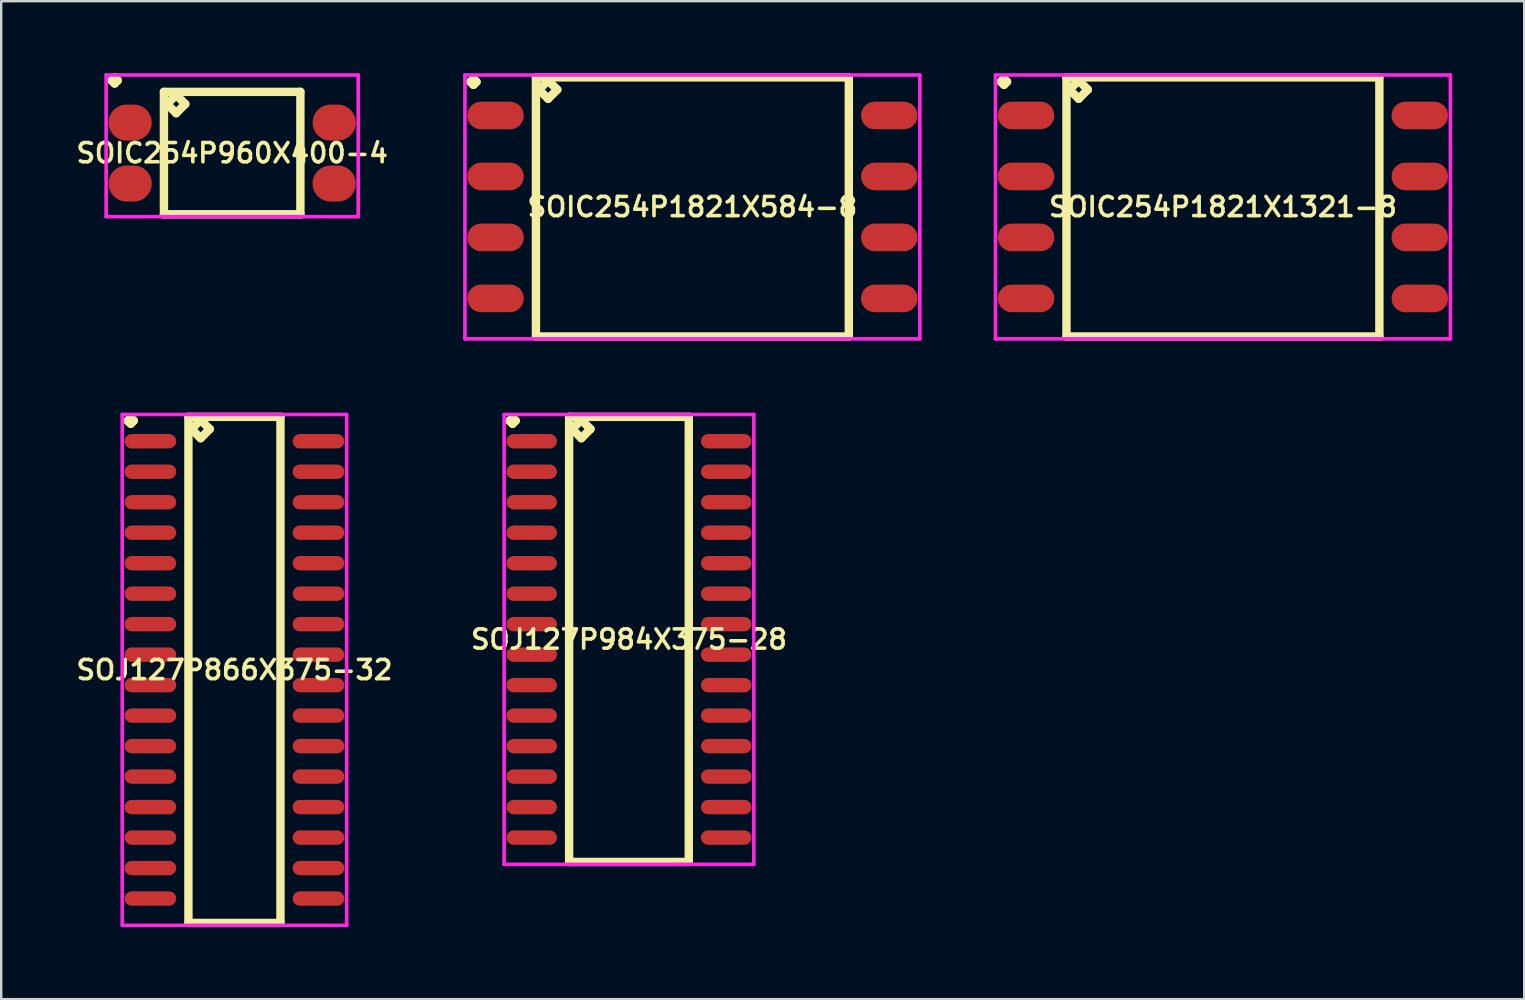
<source format=kicad_pcb>
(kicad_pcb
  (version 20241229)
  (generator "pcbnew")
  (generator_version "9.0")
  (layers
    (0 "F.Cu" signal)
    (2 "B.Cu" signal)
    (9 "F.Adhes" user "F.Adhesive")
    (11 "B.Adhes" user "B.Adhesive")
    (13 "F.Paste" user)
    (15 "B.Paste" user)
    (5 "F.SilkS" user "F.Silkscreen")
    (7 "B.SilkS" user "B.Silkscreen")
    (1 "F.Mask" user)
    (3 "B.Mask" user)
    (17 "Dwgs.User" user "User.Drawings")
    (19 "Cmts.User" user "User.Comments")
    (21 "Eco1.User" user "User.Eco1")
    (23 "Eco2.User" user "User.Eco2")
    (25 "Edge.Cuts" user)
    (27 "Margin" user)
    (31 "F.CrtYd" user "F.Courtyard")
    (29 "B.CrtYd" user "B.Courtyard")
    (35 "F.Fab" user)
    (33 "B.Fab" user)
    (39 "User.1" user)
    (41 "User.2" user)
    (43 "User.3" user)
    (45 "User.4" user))
  (footprint "SOIC254P1821X1321-8"
    (layer "F.Cu")
    (at 47.892 5.57)
    (property "Reference" "SOIC254P1821X1321-8" (at 0 0 0) (layer "F.SilkS") (effects (font (size 0.8 0.8) (thickness 0.15))))
    (attr smd)
    (fp_line (start -9.248 -5.214) (end -9.121 -5.341) (stroke (width 0.35) (type solid)) (layer "F.SilkS"))
    (fp_line (start -9.121 -5.341) (end -8.994 -5.214) (stroke (width 0.35) (type solid)) (layer "F.SilkS"))
    (fp_line (start -9.121 -5.087) (end -9.248 -5.214) (stroke (width 0.35) (type solid)) (layer "F.SilkS"))
    (fp_line (start -8.994 -5.214) (end -9.121 -5.087) (stroke (width 0.35) (type solid)) (layer "F.SilkS"))
    (fp_line (start -6.517 -5.395) (end -6.517 5.395) (stroke (width 0.35) (type solid)) (layer "F.SilkS"))
    (fp_line (start -6.517 5.395) (end 6.517 5.395) (stroke (width 0.35) (type solid)) (layer "F.SilkS"))
    (fp_line (start -6.39 -4.887) (end -6.009 -5.268) (stroke (width 0.35) (type solid)) (layer "F.SilkS"))
    (fp_line (start -6.009 -5.268) (end -5.628 -4.887) (stroke (width 0.35) (type solid)) (layer "F.SilkS"))
    (fp_line (start -6.009 -4.506) (end -6.39 -4.887) (stroke (width 0.35) (type solid)) (layer "F.SilkS"))
    (fp_line (start -5.628 -4.887) (end -6.009 -4.506) (stroke (width 0.35) (type solid)) (layer "F.SilkS"))
    (fp_line (start 6.517 -5.395) (end -6.517 -5.395) (stroke (width 0.35) (type solid)) (layer "F.SilkS"))
    (fp_line (start 6.517 5.395) (end 6.517 -5.395) (stroke (width 0.35) (type solid)) (layer "F.SilkS"))
    (fp_line (start -9.475 -5.495) (end 9.475 -5.495) (stroke (width 0.15) (type solid)) (layer "F.CrtYd"))
    (fp_line (start -9.475 5.495) (end -9.475 -5.495) (stroke (width 0.15) (type solid)) (layer "F.CrtYd"))
    (fp_line (start 9.475 -5.495) (end 9.475 5.495) (stroke (width 0.15) (type solid)) (layer "F.CrtYd"))
    (fp_line (start 9.475 5.495) (end -9.475 5.495) (stroke (width 0.15) (type solid)) (layer "F.CrtYd"))
    (pad "1" smd oval (at -8.2 -3.81) (size 2.35 1.15) (layers "F.Cu" "F.Mask" "F.Paste"))
    (pad "2" smd oval (at -8.2 -1.27) (size 2.35 1.15) (layers "F.Cu" "F.Mask" "F.Paste"))
    (pad "3" smd oval (at -8.2 1.27) (size 2.35 1.15) (layers "F.Cu" "F.Mask" "F.Paste"))
    (pad "4" smd oval (at -8.2 3.81) (size 2.35 1.15) (layers "F.Cu" "F.Mask" "F.Paste"))
    (pad "5" smd oval (at 8.2 3.81) (size 2.35 1.15) (layers "F.Cu" "F.Mask" "F.Paste"))
    (pad "6" smd oval (at 8.2 1.27) (size 2.35 1.15) (layers "F.Cu" "F.Mask" "F.Paste"))
    (pad "7" smd oval (at 8.2 -1.27) (size 2.35 1.15) (layers "F.Cu" "F.Mask" "F.Paste"))
    (pad "8" smd oval (at 8.2 -3.81) (size 2.35 1.15) (layers "F.Cu" "F.Mask" "F.Paste")))
  (footprint "SOJ127P866X375-32"
    (layer "F.Cu")
    (at 6.716 24.855)
    (property "Reference" "SOJ127P866X375-32" (at 0 0 0) (layer "F.SilkS") (effects (font (size 0.8 0.8) (thickness 0.15))))
    (attr smd)
    (fp_line (start -4.448 -10.379) (end -4.321 -10.506) (stroke (width 0.35) (type solid)) (layer "F.SilkS"))
    (fp_line (start -4.321 -10.506) (end -4.194 -10.379) (stroke (width 0.35) (type solid)) (layer "F.SilkS"))
    (fp_line (start -4.321 -10.252) (end -4.448 -10.379) (stroke (width 0.35) (type solid)) (layer "F.SilkS"))
    (fp_line (start -4.194 -10.379) (end -4.321 -10.252) (stroke (width 0.35) (type solid)) (layer "F.SilkS"))
    (fp_line (start -1.917 -10.54) (end -1.917 10.54) (stroke (width 0.35) (type solid)) (layer "F.SilkS"))
    (fp_line (start -1.917 10.54) (end 1.917 10.54) (stroke (width 0.35) (type solid)) (layer "F.SilkS"))
    (fp_line (start -1.79 -10.032) (end -1.409 -10.413) (stroke (width 0.35) (type solid)) (layer "F.SilkS"))
    (fp_line (start -1.409 -10.413) (end -1.028 -10.032) (stroke (width 0.35) (type solid)) (layer "F.SilkS"))
    (fp_line (start -1.409 -9.651) (end -1.79 -10.032) (stroke (width 0.35) (type solid)) (layer "F.SilkS"))
    (fp_line (start -1.028 -10.032) (end -1.409 -9.651) (stroke (width 0.35) (type solid)) (layer "F.SilkS"))
    (fp_line (start 1.917 -10.54) (end -1.917 -10.54) (stroke (width 0.35) (type solid)) (layer "F.SilkS"))
    (fp_line (start 1.917 10.54) (end 1.917 -10.54) (stroke (width 0.35) (type solid)) (layer "F.SilkS"))
    (fp_line (start -4.675 -10.64) (end 4.675 -10.64) (stroke (width 0.15) (type solid)) (layer "F.CrtYd"))
    (fp_line (start -4.675 10.64) (end -4.675 -10.64) (stroke (width 0.15) (type solid)) (layer "F.CrtYd"))
    (fp_line (start 4.675 -10.64) (end 4.675 10.64) (stroke (width 0.15) (type solid)) (layer "F.CrtYd"))
    (fp_line (start 4.675 10.64) (end -4.675 10.64) (stroke (width 0.15) (type solid)) (layer "F.CrtYd"))
    (pad "1" smd oval (at -3.5 -9.525) (size 2.15 0.6) (layers "F.Cu" "F.Mask" "F.Paste"))
    (pad "2" smd oval (at -3.5 -8.255) (size 2.15 0.6) (layers "F.Cu" "F.Mask" "F.Paste"))
    (pad "3" smd oval (at -3.5 -6.985) (size 2.15 0.6) (layers "F.Cu" "F.Mask" "F.Paste"))
    (pad "4" smd oval (at -3.5 -5.715) (size 2.15 0.6) (layers "F.Cu" "F.Mask" "F.Paste"))
    (pad "5" smd oval (at -3.5 -4.445) (size 2.15 0.6) (layers "F.Cu" "F.Mask" "F.Paste"))
    (pad "6" smd oval (at -3.5 -3.175) (size 2.15 0.6) (layers "F.Cu" "F.Mask" "F.Paste"))
    (pad "7" smd oval (at -3.5 -1.905) (size 2.15 0.6) (layers "F.Cu" "F.Mask" "F.Paste"))
    (pad "8" smd oval (at -3.5 -0.635) (size 2.15 0.6) (layers "F.Cu" "F.Mask" "F.Paste"))
    (pad "9" smd oval (at -3.5 0.635) (size 2.15 0.6) (layers "F.Cu" "F.Mask" "F.Paste"))
    (pad "10" smd oval (at -3.5 1.905) (size 2.15 0.6) (layers "F.Cu" "F.Mask" "F.Paste"))
    (pad "11" smd oval (at -3.5 3.175) (size 2.15 0.6) (layers "F.Cu" "F.Mask" "F.Paste"))
    (pad "12" smd oval (at -3.5 4.445) (size 2.15 0.6) (layers "F.Cu" "F.Mask" "F.Paste"))
    (pad "13" smd oval (at -3.5 5.715) (size 2.15 0.6) (layers "F.Cu" "F.Mask" "F.Paste"))
    (pad "14" smd oval (at -3.5 6.985) (size 2.15 0.6) (layers "F.Cu" "F.Mask" "F.Paste"))
    (pad "15" smd oval (at -3.5 8.255) (size 2.15 0.6) (layers "F.Cu" "F.Mask" "F.Paste"))
    (pad "16" smd oval (at -3.5 9.525) (size 2.15 0.6) (layers "F.Cu" "F.Mask" "F.Paste"))
    (pad "17" smd oval (at 3.5 9.525) (size 2.15 0.6) (layers "F.Cu" "F.Mask" "F.Paste"))
    (pad "18" smd oval (at 3.5 8.255) (size 2.15 0.6) (layers "F.Cu" "F.Mask" "F.Paste"))
    (pad "19" smd oval (at 3.5 6.985) (size 2.15 0.6) (layers "F.Cu" "F.Mask" "F.Paste"))
    (pad "20" smd oval (at 3.5 5.715) (size 2.15 0.6) (layers "F.Cu" "F.Mask" "F.Paste"))
    (pad "21" smd oval (at 3.5 4.445) (size 2.15 0.6) (layers "F.Cu" "F.Mask" "F.Paste"))
    (pad "22" smd oval (at 3.5 3.175) (size 2.15 0.6) (layers "F.Cu" "F.Mask" "F.Paste"))
    (pad "23" smd oval (at 3.5 1.905) (size 2.15 0.6) (layers "F.Cu" "F.Mask" "F.Paste"))
    (pad "24" smd oval (at 3.5 0.635) (size 2.15 0.6) (layers "F.Cu" "F.Mask" "F.Paste"))
    (pad "25" smd oval (at 3.5 -0.635) (size 2.15 0.6) (layers "F.Cu" "F.Mask" "F.Paste"))
    (pad "26" smd oval (at 3.5 -1.905) (size 2.15 0.6) (layers "F.Cu" "F.Mask" "F.Paste"))
    (pad "27" smd oval (at 3.5 -3.175) (size 2.15 0.6) (layers "F.Cu" "F.Mask" "F.Paste"))
    (pad "28" smd oval (at 3.5 -4.445) (size 2.15 0.6) (layers "F.Cu" "F.Mask" "F.Paste"))
    (pad "29" smd oval (at 3.5 -5.715) (size 2.15 0.6) (layers "F.Cu" "F.Mask" "F.Paste"))
    (pad "30" smd oval (at 3.5 -6.985) (size 2.15 0.6) (layers "F.Cu" "F.Mask" "F.Paste"))
    (pad "31" smd oval (at 3.5 -8.255) (size 2.15 0.6) (layers "F.Cu" "F.Mask" "F.Paste"))
    (pad "32" smd oval (at 3.5 -9.525) (size 2.15 0.6) (layers "F.Cu" "F.Mask" "F.Paste")))
  (footprint "SOIC254P1821X584-8"
    (layer "F.Cu")
    (at 25.792 5.57)
    (property "Reference" "SOIC254P1821X584-8" (at 0 0 0) (layer "F.SilkS") (effects (font (size 0.8 0.8) (thickness 0.15))))
    (attr smd)
    (fp_line (start -9.248 -5.214) (end -9.121 -5.341) (stroke (width 0.35) (type solid)) (layer "F.SilkS"))
    (fp_line (start -9.121 -5.341) (end -8.994 -5.214) (stroke (width 0.35) (type solid)) (layer "F.SilkS"))
    (fp_line (start -9.121 -5.087) (end -9.248 -5.214) (stroke (width 0.35) (type solid)) (layer "F.SilkS"))
    (fp_line (start -8.994 -5.214) (end -9.121 -5.087) (stroke (width 0.35) (type solid)) (layer "F.SilkS"))
    (fp_line (start -6.517 -5.395) (end -6.517 5.395) (stroke (width 0.35) (type solid)) (layer "F.SilkS"))
    (fp_line (start -6.517 5.395) (end 6.517 5.395) (stroke (width 0.35) (type solid)) (layer "F.SilkS"))
    (fp_line (start -6.39 -4.887) (end -6.009 -5.268) (stroke (width 0.35) (type solid)) (layer "F.SilkS"))
    (fp_line (start -6.009 -5.268) (end -5.628 -4.887) (stroke (width 0.35) (type solid)) (layer "F.SilkS"))
    (fp_line (start -6.009 -4.506) (end -6.39 -4.887) (stroke (width 0.35) (type solid)) (layer "F.SilkS"))
    (fp_line (start -5.628 -4.887) (end -6.009 -4.506) (stroke (width 0.35) (type solid)) (layer "F.SilkS"))
    (fp_line (start 6.517 -5.395) (end -6.517 -5.395) (stroke (width 0.35) (type solid)) (layer "F.SilkS"))
    (fp_line (start 6.517 5.395) (end 6.517 -5.395) (stroke (width 0.35) (type solid)) (layer "F.SilkS"))
    (fp_line (start -9.475 -5.495) (end 9.475 -5.495) (stroke (width 0.15) (type solid)) (layer "F.CrtYd"))
    (fp_line (start -9.475 5.495) (end -9.475 -5.495) (stroke (width 0.15) (type solid)) (layer "F.CrtYd"))
    (fp_line (start 9.475 -5.495) (end 9.475 5.495) (stroke (width 0.15) (type solid)) (layer "F.CrtYd"))
    (fp_line (start 9.475 5.495) (end -9.475 5.495) (stroke (width 0.15) (type solid)) (layer "F.CrtYd"))
    (pad "1" smd oval (at -8.2 -3.81) (size 2.35 1.15) (layers "F.Cu" "F.Mask" "F.Paste"))
    (pad "2" smd oval (at -8.2 -1.27) (size 2.35 1.15) (layers "F.Cu" "F.Mask" "F.Paste"))
    (pad "3" smd oval (at -8.2 1.27) (size 2.35 1.15) (layers "F.Cu" "F.Mask" "F.Paste"))
    (pad "4" smd oval (at -8.2 3.81) (size 2.35 1.15) (layers "F.Cu" "F.Mask" "F.Paste"))
    (pad "5" smd oval (at 8.2 3.81) (size 2.35 1.15) (layers "F.Cu" "F.Mask" "F.Paste"))
    (pad "6" smd oval (at 8.2 1.27) (size 2.35 1.15) (layers "F.Cu" "F.Mask" "F.Paste"))
    (pad "7" smd oval (at 8.2 -1.27) (size 2.35 1.15) (layers "F.Cu" "F.Mask" "F.Paste"))
    (pad "8" smd oval (at 8.2 -3.81) (size 2.35 1.15) (layers "F.Cu" "F.Mask" "F.Paste")))
  (footprint "SOIC254P960X400-4"
    (layer "F.Cu")
    (at 6.621 3.326)
    (property "Reference" "SOIC254P960X400-4" (at 0 0 0) (layer "F.SilkS") (effects (font (size 0.8 0.8) (thickness 0.15))))
    (attr smd)
    (fp_line (start -5.023 -3.024) (end -4.896 -3.151) (stroke (width 0.35) (type solid)) (layer "F.SilkS"))
    (fp_line (start -4.896 -3.151) (end -4.769 -3.024) (stroke (width 0.35) (type solid)) (layer "F.SilkS"))
    (fp_line (start -4.896 -2.897) (end -5.023 -3.024) (stroke (width 0.35) (type solid)) (layer "F.SilkS"))
    (fp_line (start -4.769 -3.024) (end -4.896 -2.897) (stroke (width 0.35) (type solid)) (layer "F.SilkS"))
    (fp_line (start -2.842 -2.55) (end -2.842 2.55) (stroke (width 0.35) (type solid)) (layer "F.SilkS"))
    (fp_line (start -2.842 2.55) (end 2.842 2.55) (stroke (width 0.35) (type solid)) (layer "F.SilkS"))
    (fp_line (start -2.715 -2.042) (end -2.334 -2.423) (stroke (width 0.35) (type solid)) (layer "F.SilkS"))
    (fp_line (start -2.334 -2.423) (end -1.953 -2.042) (stroke (width 0.35) (type solid)) (layer "F.SilkS"))
    (fp_line (start -2.334 -1.661) (end -2.715 -2.042) (stroke (width 0.35) (type solid)) (layer "F.SilkS"))
    (fp_line (start -1.953 -2.042) (end -2.334 -1.661) (stroke (width 0.35) (type solid)) (layer "F.SilkS"))
    (fp_line (start 2.842 -2.55) (end -2.842 -2.55) (stroke (width 0.35) (type solid)) (layer "F.SilkS"))
    (fp_line (start 2.842 2.55) (end 2.842 -2.55) (stroke (width 0.35) (type solid)) (layer "F.SilkS"))
    (fp_line (start -5.25 -3.251) (end 5.25 -3.251) (stroke (width 0.15) (type solid)) (layer "F.CrtYd"))
    (fp_line (start -5.25 2.65) (end -5.25 -3.251) (stroke (width 0.15) (type solid)) (layer "F.CrtYd"))
    (fp_line (start 5.25 -3.251) (end 5.25 2.65) (stroke (width 0.15) (type solid)) (layer "F.CrtYd"))
    (fp_line (start 5.25 2.65) (end -5.25 2.65) (stroke (width 0.15) (type solid)) (layer "F.CrtYd"))
    (pad "1" smd oval (at -4.25 -1.27) (size 1.8 1.5) (layers "F.Cu" "F.Mask" "F.Paste"))
    (pad "2" smd oval (at -4.25 1.27) (size 1.8 1.5) (layers "F.Cu" "F.Mask" "F.Paste"))
    (pad "3" smd oval (at 4.25 1.27) (size 1.8 1.5) (layers "F.Cu" "F.Mask" "F.Paste"))
    (pad "4" smd oval (at 4.25 -1.27) (size 1.8 1.5) (layers "F.Cu" "F.Mask" "F.Paste")))
  (footprint "SOJ127P984X375-28"
    (layer "F.Cu")
    (at 23.149 23.585)
    (property "Reference" "SOJ127P984X375-28" (at 0 0 0) (layer "F.SilkS") (effects (font (size 0.8 0.8) (thickness 0.15))))
    (attr smd)
    (fp_line (start -4.973 -9.109) (end -4.846 -9.236) (stroke (width 0.35) (type solid)) (layer "F.SilkS"))
    (fp_line (start -4.846 -9.236) (end -4.719 -9.109) (stroke (width 0.35) (type solid)) (layer "F.SilkS"))
    (fp_line (start -4.846 -8.982) (end -4.973 -9.109) (stroke (width 0.35) (type solid)) (layer "F.SilkS"))
    (fp_line (start -4.719 -9.109) (end -4.846 -8.982) (stroke (width 0.35) (type solid)) (layer "F.SilkS"))
    (fp_line (start -2.492 -9.27) (end -2.492 9.27) (stroke (width 0.35) (type solid)) (layer "F.SilkS"))
    (fp_line (start -2.492 9.27) (end 2.492 9.27) (stroke (width 0.35) (type solid)) (layer "F.SilkS"))
    (fp_line (start -2.365 -8.762) (end -1.984 -9.143) (stroke (width 0.35) (type solid)) (layer "F.SilkS"))
    (fp_line (start -1.984 -9.143) (end -1.603 -8.762) (stroke (width 0.35) (type solid)) (layer "F.SilkS"))
    (fp_line (start -1.984 -8.381) (end -2.365 -8.762) (stroke (width 0.35) (type solid)) (layer "F.SilkS"))
    (fp_line (start -1.603 -8.762) (end -1.984 -8.381) (stroke (width 0.35) (type solid)) (layer "F.SilkS"))
    (fp_line (start 2.492 -9.27) (end -2.492 -9.27) (stroke (width 0.35) (type solid)) (layer "F.SilkS"))
    (fp_line (start 2.492 9.27) (end 2.492 -9.27) (stroke (width 0.35) (type solid)) (layer "F.SilkS"))
    (fp_line (start -5.2 -9.37) (end 5.2 -9.37) (stroke (width 0.15) (type solid)) (layer "F.CrtYd"))
    (fp_line (start -5.2 9.37) (end -5.2 -9.37) (stroke (width 0.15) (type solid)) (layer "F.CrtYd"))
    (fp_line (start 5.2 -9.37) (end 5.2 9.37) (stroke (width 0.15) (type solid)) (layer "F.CrtYd"))
    (fp_line (start 5.2 9.37) (end -5.2 9.37) (stroke (width 0.15) (type solid)) (layer "F.CrtYd"))
    (pad "1" smd oval (at -4.05 -8.255) (size 2.1 0.6) (layers "F.Cu" "F.Mask" "F.Paste"))
    (pad "2" smd oval (at -4.05 -6.985) (size 2.1 0.6) (layers "F.Cu" "F.Mask" "F.Paste"))
    (pad "3" smd oval (at -4.05 -5.715) (size 2.1 0.6) (layers "F.Cu" "F.Mask" "F.Paste"))
    (pad "4" smd oval (at -4.05 -4.445) (size 2.1 0.6) (layers "F.Cu" "F.Mask" "F.Paste"))
    (pad "5" smd oval (at -4.05 -3.175) (size 2.1 0.6) (layers "F.Cu" "F.Mask" "F.Paste"))
    (pad "6" smd oval (at -4.05 -1.905) (size 2.1 0.6) (layers "F.Cu" "F.Mask" "F.Paste"))
    (pad "7" smd oval (at -4.05 -0.635) (size 2.1 0.6) (layers "F.Cu" "F.Mask" "F.Paste"))
    (pad "8" smd oval (at -4.05 0.635) (size 2.1 0.6) (layers "F.Cu" "F.Mask" "F.Paste"))
    (pad "9" smd oval (at -4.05 1.905) (size 2.1 0.6) (layers "F.Cu" "F.Mask" "F.Paste"))
    (pad "10" smd oval (at -4.05 3.175) (size 2.1 0.6) (layers "F.Cu" "F.Mask" "F.Paste"))
    (pad "11" smd oval (at -4.05 4.445) (size 2.1 0.6) (layers "F.Cu" "F.Mask" "F.Paste"))
    (pad "12" smd oval (at -4.05 5.715) (size 2.1 0.6) (layers "F.Cu" "F.Mask" "F.Paste"))
    (pad "13" smd oval (at -4.05 6.985) (size 2.1 0.6) (layers "F.Cu" "F.Mask" "F.Paste"))
    (pad "14" smd oval (at -4.05 8.255) (size 2.1 0.6) (layers "F.Cu" "F.Mask" "F.Paste"))
    (pad "15" smd oval (at 4.05 8.255) (size 2.1 0.6) (layers "F.Cu" "F.Mask" "F.Paste"))
    (pad "16" smd oval (at 4.05 6.985) (size 2.1 0.6) (layers "F.Cu" "F.Mask" "F.Paste"))
    (pad "17" smd oval (at 4.05 5.715) (size 2.1 0.6) (layers "F.Cu" "F.Mask" "F.Paste"))
    (pad "18" smd oval (at 4.05 4.445) (size 2.1 0.6) (layers "F.Cu" "F.Mask" "F.Paste"))
    (pad "19" smd oval (at 4.05 3.175) (size 2.1 0.6) (layers "F.Cu" "F.Mask" "F.Paste"))
    (pad "20" smd oval (at 4.05 1.905) (size 2.1 0.6) (layers "F.Cu" "F.Mask" "F.Paste"))
    (pad "21" smd oval (at 4.05 0.635) (size 2.1 0.6) (layers "F.Cu" "F.Mask" "F.Paste"))
    (pad "22" smd oval (at 4.05 -0.635) (size 2.1 0.6) (layers "F.Cu" "F.Mask" "F.Paste"))
    (pad "23" smd oval (at 4.05 -1.905) (size 2.1 0.6) (layers "F.Cu" "F.Mask" "F.Paste"))
    (pad "24" smd oval (at 4.05 -3.175) (size 2.1 0.6) (layers "F.Cu" "F.Mask" "F.Paste"))
    (pad "25" smd oval (at 4.05 -4.445) (size 2.1 0.6) (layers "F.Cu" "F.Mask" "F.Paste"))
    (pad "26" smd oval (at 4.05 -5.715) (size 2.1 0.6) (layers "F.Cu" "F.Mask" "F.Paste"))
    (pad "27" smd oval (at 4.05 -6.985) (size 2.1 0.6) (layers "F.Cu" "F.Mask" "F.Paste"))
    (pad "28" smd oval (at 4.05 -8.255) (size 2.1 0.6) (layers "F.Cu" "F.Mask" "F.Paste")))
  (gr_rect
    (start -3 -3)
    (end 60.442 38.57)
    (stroke (width 0.1) (type default))
    (fill no)
    (layer "Edge.Cuts")))
</source>
